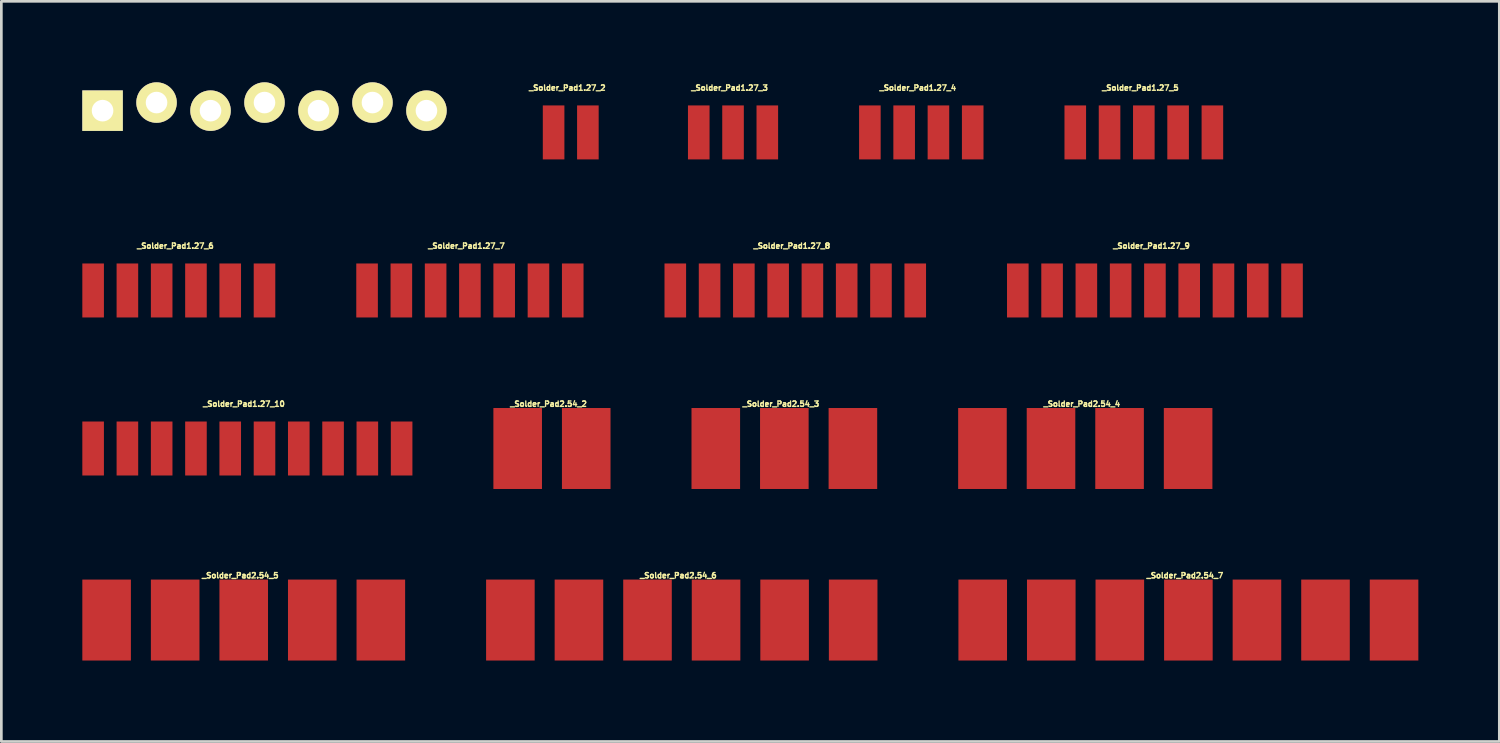
<source format=kicad_pcb>
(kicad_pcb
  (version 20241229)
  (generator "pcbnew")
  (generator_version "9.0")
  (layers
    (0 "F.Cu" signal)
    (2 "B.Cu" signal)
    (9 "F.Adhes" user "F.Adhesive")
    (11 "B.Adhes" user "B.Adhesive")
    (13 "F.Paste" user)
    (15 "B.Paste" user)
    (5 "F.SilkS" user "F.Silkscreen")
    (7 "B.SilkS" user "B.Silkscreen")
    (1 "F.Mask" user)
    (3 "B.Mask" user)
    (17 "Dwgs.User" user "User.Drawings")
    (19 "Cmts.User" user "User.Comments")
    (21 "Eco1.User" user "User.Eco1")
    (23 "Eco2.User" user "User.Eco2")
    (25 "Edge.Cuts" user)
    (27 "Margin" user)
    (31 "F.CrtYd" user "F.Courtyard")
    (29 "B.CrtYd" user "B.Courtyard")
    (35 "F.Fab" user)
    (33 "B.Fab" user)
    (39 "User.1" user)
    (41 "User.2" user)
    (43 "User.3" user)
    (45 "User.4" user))
  (footprint "_Solder_Pad1.27_3"
    (layer "F.Cu")
    (at 24.109 1.856)
    (property "Reference" "_Solder_Pad1.27_3" (at -0.127 -1.651 0) (layer "F.SilkS") (effects (font (size 0.2 0.2) (thickness 0.05))))
    (attr through_hole)
    (pad "1" smd rect (at -1.27 0) (size 0.8 2) (layers "F.Cu" "F.Mask" "F.Paste"))
    (pad "2" smd rect (at 0 0) (size 0.8 2) (layers "F.Cu" "F.Mask" "F.Paste"))
    (pad "3" smd rect (at 1.27 0) (size 0.8 2) (layers "F.Cu" "F.Mask" "F.Paste")))
  (footprint "_Solder_Pad1.27_7"
    (layer "F.Cu")
    (at 14.36 7.712)
    (property "Reference" "_Solder_Pad1.27_7" (at -0.127 -1.651 0) (layer "F.SilkS") (effects (font (size 0.2 0.2) (thickness 0.05))))
    (attr through_hole)
    (pad "1" smd rect (at -3.81 0) (size 0.8 2) (layers "F.Cu" "F.Mask" "F.Paste"))
    (pad "2" smd rect (at -2.54 0) (size 0.8 2) (layers "F.Cu" "F.Mask" "F.Paste"))
    (pad "3" smd rect (at -1.27 0) (size 0.8 2) (layers "F.Cu" "F.Mask" "F.Paste"))
    (pad "4" smd rect (at 0 0) (size 0.8 2) (layers "F.Cu" "F.Mask" "F.Paste"))
    (pad "5" smd rect (at 1.27 0) (size 0.8 2) (layers "F.Cu" "F.Mask" "F.Paste"))
    (pad "6" smd rect (at 2.54 0) (size 0.8 2) (layers "F.Cu" "F.Mask" "F.Paste"))
    (pad "7" smd rect (at 3.81 0) (size 0.8 2) (layers "F.Cu" "F.Mask" "F.Paste")))
  (footprint "_Solder_Pad2.54_3"
    (layer "F.Cu")
    (at 26.01 13.567)
    (property "Reference" "_Solder_Pad2.54_3" (at -0.127 -1.651 0) (layer "F.SilkS") (effects (font (size 0.2 0.2) (thickness 0.05))))
    (attr through_hole)
    (pad "1" smd rect (at -2.54 0) (size 1.8 3) (layers "F.Cu" "F.Mask" "F.Paste"))
    (pad "2" smd rect (at 0 0) (size 1.8 3) (layers "F.Cu" "F.Mask" "F.Paste"))
    (pad "3" smd rect (at 2.54 0) (size 1.8 3) (layers "F.Cu" "F.Mask" "F.Paste")))
  (footprint "_Solder_Pad1.27_4"
    (layer "F.Cu")
    (at 31.084 1.856)
    (property "Reference" "_Solder_Pad1.27_4" (at -0.127 -1.651 0) (layer "F.SilkS") (effects (font (size 0.2 0.2) (thickness 0.05))))
    (attr through_hole)
    (pad "1" smd rect (at -1.905 0) (size 0.8 2) (layers "F.Cu" "F.Mask" "F.Paste"))
    (pad "2" smd rect (at -0.635 0) (size 0.8 2) (layers "F.Cu" "F.Mask" "F.Paste"))
    (pad "3" smd rect (at 0.635 0) (size 0.8 2) (layers "F.Cu" "F.Mask" "F.Paste"))
    (pad "4" smd rect (at 1.905 0) (size 0.8 2) (layers "F.Cu" "F.Mask" "F.Paste")))
  (footprint "_Solder_Pad1.27_9"
    (layer "F.Cu")
    (at 39.74 7.712)
    (property "Reference" "_Solder_Pad1.27_9" (at -0.127 -1.651 0) (layer "F.SilkS") (effects (font (size 0.2 0.2) (thickness 0.05))))
    (attr through_hole)
    (pad "1" smd rect (at -5.08 0) (size 0.8 2) (layers "F.Cu" "F.Mask" "F.Paste"))
    (pad "2" smd rect (at -3.81 0) (size 0.8 2) (layers "F.Cu" "F.Mask" "F.Paste"))
    (pad "3" smd rect (at -2.54 0) (size 0.8 2) (layers "F.Cu" "F.Mask" "F.Paste"))
    (pad "4" smd rect (at -1.27 0) (size 0.8 2) (layers "F.Cu" "F.Mask" "F.Paste"))
    (pad "5" smd rect (at 0 0) (size 0.8 2) (layers "F.Cu" "F.Mask" "F.Paste"))
    (pad "6" smd rect (at 1.27 0) (size 0.8 2) (layers "F.Cu" "F.Mask" "F.Paste"))
    (pad "7" smd rect (at 2.54 0) (size 0.8 2) (layers "F.Cu" "F.Mask" "F.Paste"))
    (pad "8" smd rect (at 3.81 0) (size 0.8 2) (layers "F.Cu" "F.Mask" "F.Paste"))
    (pad "9" smd rect (at 5.08 0) (size 0.8 2) (layers "F.Cu" "F.Mask" "F.Paste")))
  (footprint "_Solder_Pad2.54_2"
    (layer "F.Cu")
    (at 17.4 13.567)
    (property "Reference" "_Solder_Pad2.54_2" (at -0.127 -1.651 0) (layer "F.SilkS") (effects (font (size 0.2 0.2) (thickness 0.05))))
    (attr through_hole)
    (pad "1" smd rect (at -1.27 0) (size 1.8 3) (layers "F.Cu" "F.Mask" "F.Paste"))
    (pad "2" smd rect (at 1.27 0) (size 1.8 3) (layers "F.Cu" "F.Mask" "F.Paste")))
  (footprint "_Solder_Pad1.27_5"
    (layer "F.Cu")
    (at 39.329 1.856)
    (property "Reference" "_Solder_Pad1.27_5" (at -0.127 -1.651 0) (layer "F.SilkS") (effects (font (size 0.2 0.2) (thickness 0.05))))
    (attr through_hole)
    (pad "1" smd rect (at -2.54 0) (size 0.8 2) (layers "F.Cu" "F.Mask" "F.Paste"))
    (pad "2" smd rect (at -1.27 0) (size 0.8 2) (layers "F.Cu" "F.Mask" "F.Paste"))
    (pad "3" smd rect (at 0 0) (size 0.8 2) (layers "F.Cu" "F.Mask" "F.Paste"))
    (pad "4" smd rect (at 1.27 0) (size 0.8 2) (layers "F.Cu" "F.Mask" "F.Paste"))
    (pad "5" smd rect (at 2.54 0) (size 0.8 2) (layers "F.Cu" "F.Mask" "F.Paste")))
  (footprint "_Solder_Pad2.54_6"
    (layer "F.Cu")
    (at 22.21 19.923)
    (property "Reference" "_Solder_Pad2.54_6" (at -0.127 -1.651 0) (layer "F.SilkS") (effects (font (size 0.2 0.2) (thickness 0.05))))
    (attr through_hole)
    (pad "1" smd rect (at -6.35 0) (size 1.8 3) (layers "F.Cu" "F.Mask" "F.Paste"))
    (pad "2" smd rect (at -3.81 0) (size 1.8 3) (layers "F.Cu" "F.Mask" "F.Paste"))
    (pad "3" smd rect (at -1.27 0) (size 1.8 3) (layers "F.Cu" "F.Mask" "F.Paste"))
    (pad "4" smd rect (at 1.27 0) (size 1.8 3) (layers "F.Cu" "F.Mask" "F.Paste"))
    (pad "5" smd rect (at 3.81 0) (size 1.8 3) (layers "F.Cu" "F.Mask" "F.Paste"))
    (pad "6" smd rect (at 6.35 0) (size 1.8 3) (layers "F.Cu" "F.Mask" "F.Paste")))
  (footprint "_Solder_Pad2.54_7"
    (layer "F.Cu")
    (at 40.98 19.923)
    (property "Reference" "_Solder_Pad2.54_7" (at -0.127 -1.651 0) (layer "F.SilkS") (effects (font (size 0.2 0.2) (thickness 0.05))))
    (attr through_hole)
    (pad "1" smd rect (at -7.62 0) (size 1.8 3) (layers "F.Cu" "F.Mask" "F.Paste"))
    (pad "2" smd rect (at -5.08 0) (size 1.8 3) (layers "F.Cu" "F.Mask" "F.Paste"))
    (pad "3" smd rect (at -2.54 0) (size 1.8 3) (layers "F.Cu" "F.Mask" "F.Paste"))
    (pad "4" smd rect (at 0 0) (size 1.8 3) (layers "F.Cu" "F.Mask" "F.Paste"))
    (pad "5" smd rect (at 2.54 0) (size 1.8 3) (layers "F.Cu" "F.Mask" "F.Paste"))
    (pad "6" smd rect (at 5.08 0) (size 1.8 3) (layers "F.Cu" "F.Mask" "F.Paste"))
    (pad "7" smd rect (at 7.62 0) (size 1.8 3) (layers "F.Cu" "F.Mask" "F.Paste")))
  (footprint "_Solder_Pad2.54_5"
    (layer "F.Cu")
    (at 5.98 19.923)
    (property "Reference" "_Solder_Pad2.54_5" (at -0.127 -1.651 0) (layer "F.SilkS") (effects (font (size 0.2 0.2) (thickness 0.05))))
    (attr through_hole)
    (pad "1" smd rect (at -5.08 0) (size 1.8 3) (layers "F.Cu" "F.Mask" "F.Paste"))
    (pad "2" smd rect (at -2.54 0) (size 1.8 3) (layers "F.Cu" "F.Mask" "F.Paste"))
    (pad "3" smd rect (at 0 0) (size 1.8 3) (layers "F.Cu" "F.Mask" "F.Paste"))
    (pad "4" smd rect (at 2.54 0) (size 1.8 3) (layers "F.Cu" "F.Mask" "F.Paste"))
    (pad "5" smd rect (at 5.08 0) (size 1.8 3) (layers "F.Cu" "F.Mask" "F.Paste")))
  (footprint "_Solder_Pad1.27_6"
    (layer "F.Cu")
    (at 3.575 7.712)
    (property "Reference" "_Solder_Pad1.27_6" (at -0.127 -1.651 0) (layer "F.SilkS") (effects (font (size 0.2 0.2) (thickness 0.05))))
    (attr through_hole)
    (pad "1" smd rect (at -3.175 0) (size 0.8 2) (layers "F.Cu" "F.Mask" "F.Paste"))
    (pad "2" smd rect (at -1.905 0) (size 0.8 2) (layers "F.Cu" "F.Mask" "F.Paste"))
    (pad "3" smd rect (at -0.635 0) (size 0.8 2) (layers "F.Cu" "F.Mask" "F.Paste"))
    (pad "4" smd rect (at 0.635 0) (size 0.8 2) (layers "F.Cu" "F.Mask" "F.Paste"))
    (pad "5" smd rect (at 1.905 0) (size 0.8 2) (layers "F.Cu" "F.Mask" "F.Paste"))
    (pad "6" smd rect (at 3.175 0) (size 0.8 2) (layers "F.Cu" "F.Mask" "F.Paste")))
  (footprint "_Pin2mm_7z"
    (layer "F.Cu")
    (at 6.75 1.05)
    (property "Reference" "_Pin2mm_7z" (at 0 0 0) (layer "F.SilkS") (effects (font (size 0.127 0.127) (thickness 0.032))))
    (attr through_hole)
    (pad "1" thru_hole rect (at -6 0) (size 1.5 1.5) (drill 0.8) (layers "*.Cu" "*.Mask" "F.SilkS"))
    (pad "2" thru_hole circle (at -4 -0.3) (size 1.5 1.5) (drill 0.8) (layers "*.Cu" "*.Mask" "F.SilkS"))
    (pad "3" thru_hole circle (at -2 0) (size 1.5 1.5) (drill 0.8) (layers "*.Cu" "*.Mask" "F.SilkS"))
    (pad "4" thru_hole circle (at 0 -0.3) (size 1.5 1.5) (drill 0.8) (layers "*.Cu" "*.Mask" "F.SilkS"))
    (pad "5" thru_hole circle (at 2 0) (size 1.5 1.5) (drill 0.8) (layers "*.Cu" "*.Mask" "F.SilkS"))
    (pad "6" thru_hole circle (at 4 -0.3) (size 1.5 1.5) (drill 0.8) (layers "*.Cu" "*.Mask" "F.SilkS"))
    (pad "7" thru_hole circle (at 6 0) (size 1.5 1.5) (drill 0.8) (layers "*.Cu" "*.Mask" "F.SilkS")))
  (footprint "_Solder_Pad1.27_2"
    (layer "F.Cu")
    (at 18.096 1.856)
    (property "Reference" "_Solder_Pad1.27_2" (at -0.127 -1.651 0) (layer "F.SilkS") (effects (font (size 0.2 0.2) (thickness 0.05))))
    (attr through_hole)
    (pad "1" smd rect (at -0.635 0) (size 0.8 2) (layers "F.Cu" "F.Mask" "F.Paste"))
    (pad "2" smd rect (at 0.635 0) (size 0.8 2) (layers "F.Cu" "F.Mask" "F.Paste")))
  (footprint "_Solder_Pad1.27_10"
    (layer "F.Cu")
    (at 6.115 13.567)
    (property "Reference" "_Solder_Pad1.27_10" (at -0.127 -1.651 0) (layer "F.SilkS") (effects (font (size 0.2 0.2) (thickness 0.05))))
    (attr through_hole)
    (pad "1" smd rect (at -5.715 0) (size 0.8 2) (layers "F.Cu" "F.Mask" "F.Paste"))
    (pad "2" smd rect (at -4.445 0) (size 0.8 2) (layers "F.Cu" "F.Mask" "F.Paste"))
    (pad "3" smd rect (at -3.175 0) (size 0.8 2) (layers "F.Cu" "F.Mask" "F.Paste"))
    (pad "4" smd rect (at -1.905 0) (size 0.8 2) (layers "F.Cu" "F.Mask" "F.Paste"))
    (pad "5" smd rect (at -0.635 0) (size 0.8 2) (layers "F.Cu" "F.Mask" "F.Paste"))
    (pad "6" smd rect (at 0.635 0) (size 0.8 2) (layers "F.Cu" "F.Mask" "F.Paste"))
    (pad "7" smd rect (at 1.905 0) (size 0.8 2) (layers "F.Cu" "F.Mask" "F.Paste"))
    (pad "8" smd rect (at 3.175 0) (size 0.8 2) (layers "F.Cu" "F.Mask" "F.Paste"))
    (pad "9" smd rect (at 4.445 0) (size 0.8 2) (layers "F.Cu" "F.Mask" "F.Paste"))
    (pad "10" smd rect (at 5.715 0) (size 0.8 2) (layers "F.Cu" "F.Mask" "F.Paste")))
  (footprint "_Solder_Pad2.54_4"
    (layer "F.Cu")
    (at 37.16 13.567)
    (property "Reference" "_Solder_Pad2.54_4" (at -0.127 -1.651 0) (layer "F.SilkS") (effects (font (size 0.2 0.2) (thickness 0.05))))
    (attr through_hole)
    (pad "1" smd rect (at -3.81 0) (size 1.8 3) (layers "F.Cu" "F.Mask" "F.Paste"))
    (pad "2" smd rect (at -1.27 0) (size 1.8 3) (layers "F.Cu" "F.Mask" "F.Paste"))
    (pad "3" smd rect (at 1.27 0) (size 1.8 3) (layers "F.Cu" "F.Mask" "F.Paste"))
    (pad "4" smd rect (at 3.81 0) (size 1.8 3) (layers "F.Cu" "F.Mask" "F.Paste")))
  (footprint "_Solder_Pad1.27_8"
    (layer "F.Cu")
    (at 26.415 7.712)
    (property "Reference" "_Solder_Pad1.27_8" (at -0.127 -1.651 0) (layer "F.SilkS") (effects (font (size 0.2 0.2) (thickness 0.05))))
    (attr through_hole)
    (pad "1" smd rect (at -4.445 0) (size 0.8 2) (layers "F.Cu" "F.Mask" "F.Paste"))
    (pad "2" smd rect (at -3.175 0) (size 0.8 2) (layers "F.Cu" "F.Mask" "F.Paste"))
    (pad "3" smd rect (at -1.905 0) (size 0.8 2) (layers "F.Cu" "F.Mask" "F.Paste"))
    (pad "4" smd rect (at -0.635 0) (size 0.8 2) (layers "F.Cu" "F.Mask" "F.Paste"))
    (pad "5" smd rect (at 0.635 0) (size 0.8 2) (layers "F.Cu" "F.Mask" "F.Paste"))
    (pad "6" smd rect (at 1.905 0) (size 0.8 2) (layers "F.Cu" "F.Mask" "F.Paste"))
    (pad "7" smd rect (at 3.175 0) (size 0.8 2) (layers "F.Cu" "F.Mask" "F.Paste"))
    (pad "8" smd rect (at 4.445 0) (size 0.8 2) (layers "F.Cu" "F.Mask" "F.Paste")))
  (gr_rect
    (start -3 -3)
    (end 52.5 24.423)
    (stroke (width 0.1) (type default))
    (fill no)
    (layer "Edge.Cuts")))
</source>
